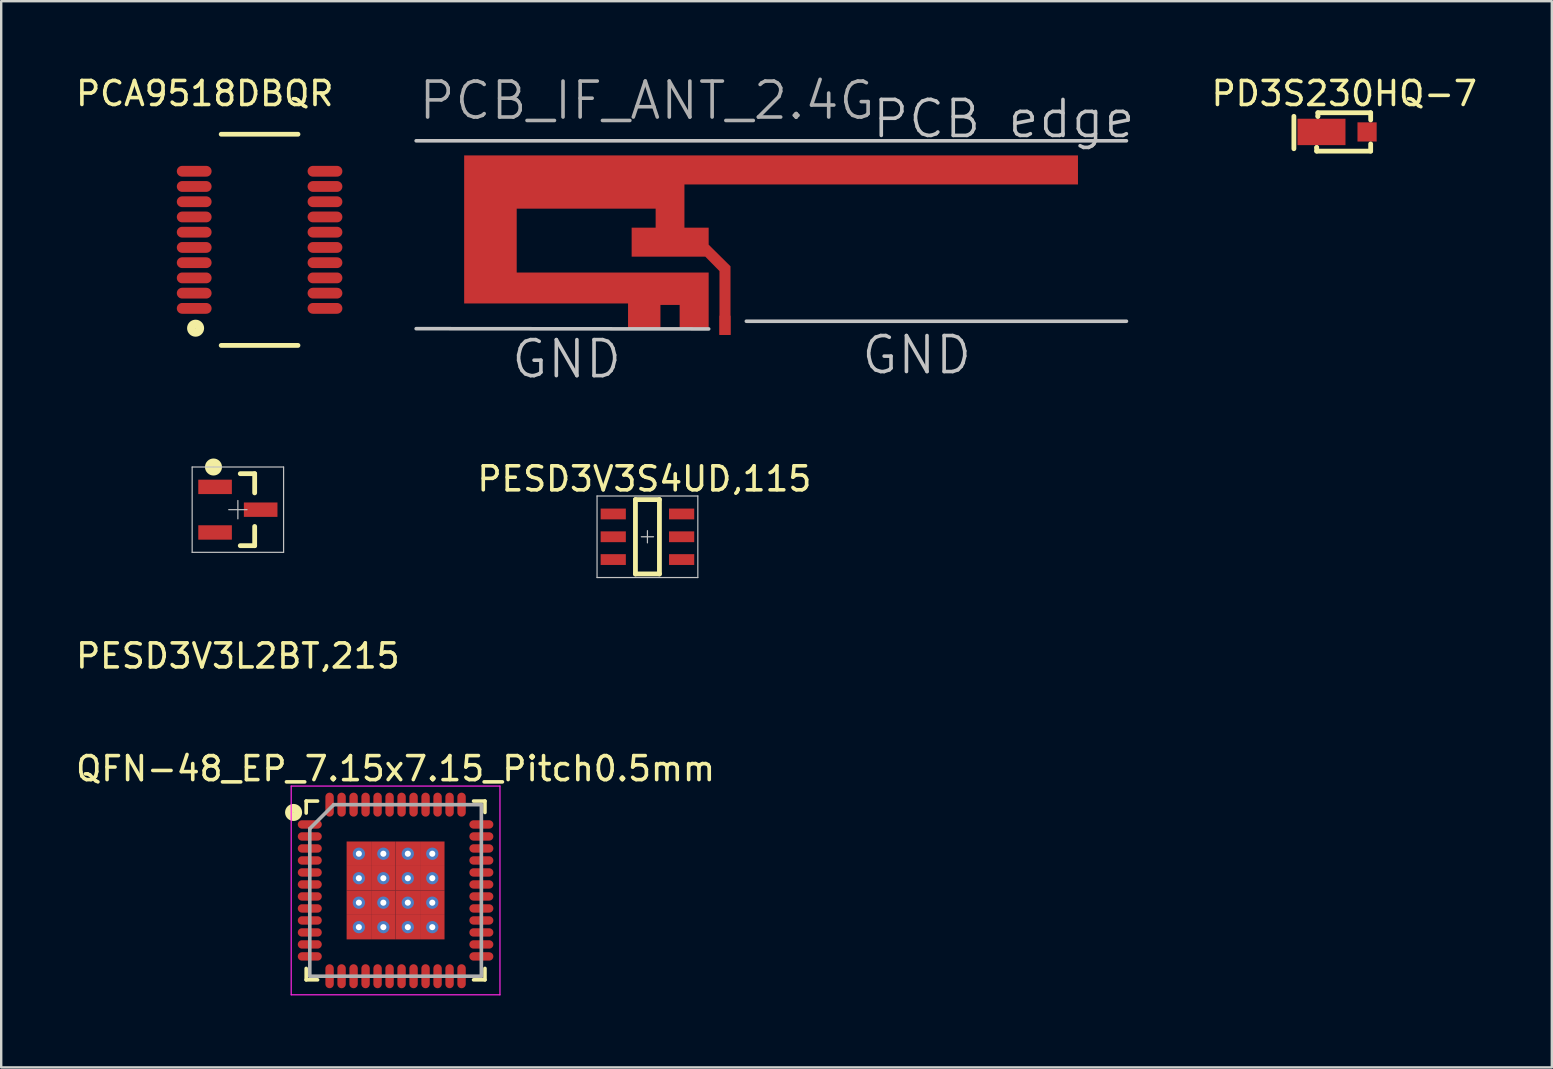
<source format=kicad_pcb>
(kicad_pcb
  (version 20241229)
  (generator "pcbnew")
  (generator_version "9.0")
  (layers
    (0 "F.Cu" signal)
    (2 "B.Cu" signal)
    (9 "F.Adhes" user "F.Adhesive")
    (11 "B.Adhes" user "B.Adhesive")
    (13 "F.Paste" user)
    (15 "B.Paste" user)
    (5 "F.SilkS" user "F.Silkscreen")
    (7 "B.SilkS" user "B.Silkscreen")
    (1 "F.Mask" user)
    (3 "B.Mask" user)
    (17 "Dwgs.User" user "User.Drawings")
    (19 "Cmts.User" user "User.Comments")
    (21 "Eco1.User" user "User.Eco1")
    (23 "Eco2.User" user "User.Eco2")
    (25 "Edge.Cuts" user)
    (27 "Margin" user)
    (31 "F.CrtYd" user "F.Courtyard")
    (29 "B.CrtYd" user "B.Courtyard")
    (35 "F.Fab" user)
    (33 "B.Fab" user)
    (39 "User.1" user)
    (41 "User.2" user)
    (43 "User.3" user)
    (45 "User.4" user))
  (footprint "PESD3V3L2BT,215"
    (layer "F.Cu")
    (at 6.863 18.19)
    (property "Reference" "PESD3V3L2BT,215" (at 0 6.096 0) (layer "F.SilkS") (effects (font (size 1 1) (thickness 0.15))))
    (attr through_hole)
    (fp_line (start 0.1 -1.5) (end 0.7 -1.5) (stroke (width 0.2) (type solid)) (layer "F.SilkS"))
    (fp_line (start 0.7 -0.7) (end 0.7 -1.5) (stroke (width 0.2) (type solid)) (layer "F.SilkS"))
    (fp_line (start 0.7 0.7) (end 0.7 1.5) (stroke (width 0.2) (type solid)) (layer "F.SilkS"))
    (fp_line (start 0.7 1.5) (end 0.1 1.5) (stroke (width 0.2) (type solid)) (layer "F.SilkS"))
    (fp_circle (center -1.016 -1.778) (end -0.889 -1.651) (stroke (width 0.35) (type solid)) (fill no) (layer "F.SilkS"))
    (fp_line (start -1.905 -1.778) (end 1.905 -1.778) (stroke (width 0.05) (type solid)) (layer "Dwgs.User"))
    (fp_line (start -1.905 1.778) (end -1.905 -1.778) (stroke (width 0.05) (type solid)) (layer "Dwgs.User"))
    (fp_line (start 0 -0.381) (end 0 0.381) (stroke (width 0.05) (type solid)) (layer "Dwgs.User"))
    (fp_line (start 0.381 0) (end -0.381 0) (stroke (width 0.05) (type solid)) (layer "Dwgs.User"))
    (fp_line (start 1.905 -1.778) (end 1.905 1.778) (stroke (width 0.05) (type solid)) (layer "Dwgs.User"))
    (fp_line (start 1.905 1.778) (end -1.905 1.778) (stroke (width 0.05) (type solid)) (layer "Dwgs.User"))
    (fp_line (start -0.7 -1.5) (end -0.7 1.5) (stroke (width 0.05) (type solid)) (layer "Eco1.User"))
    (fp_line (start -0.7 1.5) (end 0.7 1.5) (stroke (width 0.05) (type solid)) (layer "Eco1.User"))
    (fp_line (start 0.7 -1.5) (end -0.7 -1.5) (stroke (width 0.05) (type solid)) (layer "Eco1.User"))
    (fp_line (start 0.7 1.5) (end 0.7 -1.5) (stroke (width 0.05) (type solid)) (layer "Eco1.User"))
    (pad "1" smd rect (at -0.95 -0.95) (size 1.4 0.6) (layers "F.Cu" "F.Mask" "F.Paste"))
    (pad "2" smd rect (at -0.95 0.95) (size 1.4 0.6) (layers "F.Cu" "F.Mask" "F.Paste"))
    (pad "3" smd rect (at 0.95 0) (size 1.4 0.6) (layers "F.Cu" "F.Mask" "F.Paste")))
  (footprint "QFN-48_EP_7.15x7.15_Pitch0.5mm"
    (layer "F.Cu")
    (at 13.435 34.058)
    (property "Reference" "QFN-48_EP_7.15x7.15_Pitch0.5mm" (at 0 -5.075 0) (layer "F.SilkS") (effects (font (size 1 1) (thickness 0.15))))
    (attr smd)
    (fp_line (start -3.725 -3.225) (end -3.725 -3.725) (stroke (width 0.15) (type solid)) (layer "F.SilkS"))
    (fp_line (start -3.725 3.725) (end -3.725 3.25) (stroke (width 0.15) (type solid)) (layer "F.SilkS"))
    (fp_line (start -3.25 -3.725) (end -3.725 -3.725) (stroke (width 0.15) (type solid)) (layer "F.SilkS"))
    (fp_line (start -3.25 3.725) (end -3.725 3.725) (stroke (width 0.15) (type solid)) (layer "F.SilkS"))
    (fp_line (start 3.25 -3.725) (end 3.725 -3.725) (stroke (width 0.15) (type solid)) (layer "F.SilkS"))
    (fp_line (start 3.25 3.725) (end 3.725 3.725) (stroke (width 0.15) (type solid)) (layer "F.SilkS"))
    (fp_line (start 3.725 -3.725) (end 3.725 -3.25) (stroke (width 0.15) (type solid)) (layer "F.SilkS"))
    (fp_line (start 3.725 3.725) (end 3.725 3.25) (stroke (width 0.15) (type solid)) (layer "F.SilkS"))
    (fp_circle (center -4.25 -3.25) (end -4.15 -3.1) (stroke (width 0.35) (type solid)) (fill no) (layer "F.SilkS"))
    (fp_line (start -4.35 -4.35) (end 4.35 -4.35) (stroke (width 0.05) (type solid)) (layer "F.CrtYd"))
    (fp_line (start -4.35 4.35) (end -4.35 -4.35) (stroke (width 0.05) (type solid)) (layer "F.CrtYd"))
    (fp_line (start 4.35 -4.35) (end 4.35 4.35) (stroke (width 0.05) (type solid)) (layer "F.CrtYd"))
    (fp_line (start 4.35 4.35) (end -4.35 4.35) (stroke (width 0.05) (type solid)) (layer "F.CrtYd"))
    (fp_line (start -3.575 -2.575) (end -3.575 3.575) (stroke (width 0.15) (type solid)) (layer "F.Fab"))
    (fp_line (start -3.575 3.575) (end 3.575 3.575) (stroke (width 0.15) (type solid)) (layer "F.Fab"))
    (fp_line (start -2.575 -3.575) (end -3.575 -2.575) (stroke (width 0.15) (type solid)) (layer "F.Fab"))
    (fp_line (start 3.575 -3.575) (end -2.575 -3.575) (stroke (width 0.15) (type solid)) (layer "F.Fab"))
    (fp_line (start 3.575 3.575) (end 3.575 -3.575) (stroke (width 0.15) (type solid)) (layer "F.Fab"))
    (pad "1" smd oval (at -3.575 -2.75 90) (size 0.35 1) (layers "F.Cu" "F.Mask" "F.Paste"))
    (pad "2" smd oval (at -3.575 -2.25 90) (size 0.35 1) (layers "F.Cu" "F.Mask" "F.Paste"))
    (pad "3" smd oval (at -3.575 -1.75 90) (size 0.35 1) (layers "F.Cu" "F.Mask" "F.Paste"))
    (pad "4" smd oval (at -3.575 -1.25 90) (size 0.35 1) (layers "F.Cu" "F.Mask" "F.Paste"))
    (pad "5" smd oval (at -3.575 -0.75 90) (size 0.35 1) (layers "F.Cu" "F.Mask" "F.Paste"))
    (pad "6" smd oval (at -3.575 -0.25 90) (size 0.35 1) (layers "F.Cu" "F.Mask" "F.Paste"))
    (pad "7" smd oval (at -3.575 0.25 90) (size 0.35 1) (layers "F.Cu" "F.Mask" "F.Paste"))
    (pad "8" smd oval (at -3.575 0.75 90) (size 0.35 1) (layers "F.Cu" "F.Mask" "F.Paste"))
    (pad "9" smd oval (at -3.575 1.25 90) (size 0.35 1) (layers "F.Cu" "F.Mask" "F.Paste"))
    (pad "10" smd oval (at -3.575 1.75 90) (size 0.35 1) (layers "F.Cu" "F.Mask" "F.Paste"))
    (pad "11" smd oval (at -3.575 2.25 90) (size 0.35 1) (layers "F.Cu" "F.Mask" "F.Paste"))
    (pad "12" smd oval (at -3.575 2.75 90) (size 0.35 1) (layers "F.Cu" "F.Mask" "F.Paste"))
    (pad "13" smd oval (at -2.75 3.575) (size 0.35 1) (layers "F.Cu" "F.Mask" "F.Paste"))
    (pad "14" smd oval (at -2.25 3.575) (size 0.35 1) (layers "F.Cu" "F.Mask" "F.Paste"))
    (pad "15" smd oval (at -1.75 3.575) (size 0.35 1) (layers "F.Cu" "F.Mask" "F.Paste"))
    (pad "16" smd oval (at -1.25 3.575) (size 0.35 1) (layers "F.Cu" "F.Mask" "F.Paste"))
    (pad "17" smd oval (at -0.75 3.575) (size 0.35 1) (layers "F.Cu" "F.Mask" "F.Paste"))
    (pad "18" smd oval (at -0.25 3.575) (size 0.35 1) (layers "F.Cu" "F.Mask" "F.Paste"))
    (pad "19" smd oval (at 0.25 3.575) (size 0.35 1) (layers "F.Cu" "F.Mask" "F.Paste"))
    (pad "20" smd oval (at 0.75 3.575) (size 0.35 1) (layers "F.Cu" "F.Mask" "F.Paste"))
    (pad "21" smd oval (at 1.25 3.575) (size 0.35 1) (layers "F.Cu" "F.Mask" "F.Paste"))
    (pad "22" smd oval (at 1.75 3.575) (size 0.35 1) (layers "F.Cu" "F.Mask" "F.Paste"))
    (pad "23" smd oval (at 2.25 3.575) (size 0.35 1) (layers "F.Cu" "F.Mask" "F.Paste"))
    (pad "24" smd oval (at 2.75 3.575) (size 0.35 1) (layers "F.Cu" "F.Mask" "F.Paste"))
    (pad "25" smd oval (at 3.575 2.75 90) (size 0.35 1) (layers "F.Cu" "F.Mask" "F.Paste"))
    (pad "26" smd oval (at 3.575 2.25 90) (size 0.35 1) (layers "F.Cu" "F.Mask" "F.Paste"))
    (pad "27" smd oval (at 3.575 1.75 90) (size 0.35 1) (layers "F.Cu" "F.Mask" "F.Paste"))
    (pad "28" smd oval (at 3.575 1.25 90) (size 0.35 1) (layers "F.Cu" "F.Mask" "F.Paste"))
    (pad "29" smd oval (at 3.575 0.75 90) (size 0.35 1) (layers "F.Cu" "F.Mask" "F.Paste"))
    (pad "30" smd oval (at 3.575 0.25 90) (size 0.35 1) (layers "F.Cu" "F.Mask" "F.Paste"))
    (pad "31" smd oval (at 3.575 -0.25 90) (size 0.35 1) (layers "F.Cu" "F.Mask" "F.Paste"))
    (pad "32" smd oval (at 3.575 -0.75 90) (size 0.35 1) (layers "F.Cu" "F.Mask" "F.Paste"))
    (pad "33" smd oval (at 3.575 -1.25 90) (size 0.35 1) (layers "F.Cu" "F.Mask" "F.Paste"))
    (pad "34" smd oval (at 3.575 -1.75 90) (size 0.35 1) (layers "F.Cu" "F.Mask" "F.Paste"))
    (pad "35" smd oval (at 3.575 -2.25 90) (size 0.35 1) (layers "F.Cu" "F.Mask" "F.Paste"))
    (pad "36" smd oval (at 3.575 -2.75 90) (size 0.35 1) (layers "F.Cu" "F.Mask" "F.Paste"))
    (pad "37" smd oval (at 2.75 -3.575) (size 0.35 1) (layers "F.Cu" "F.Mask" "F.Paste"))
    (pad "38" smd oval (at 2.25 -3.575) (size 0.35 1) (layers "F.Cu" "F.Mask" "F.Paste"))
    (pad "39" smd oval (at 1.75 -3.575) (size 0.35 1) (layers "F.Cu" "F.Mask" "F.Paste"))
    (pad "40" smd oval (at 1.25 -3.575) (size 0.35 1) (layers "F.Cu" "F.Mask" "F.Paste"))
    (pad "41" smd oval (at 0.75 -3.575) (size 0.35 1) (layers "F.Cu" "F.Mask" "F.Paste"))
    (pad "42" smd oval (at 0.25 -3.575) (size 0.35 1) (layers "F.Cu" "F.Mask" "F.Paste"))
    (pad "43" smd oval (at -0.25 -3.575) (size 0.35 1) (layers "F.Cu" "F.Mask" "F.Paste"))
    (pad "44" smd oval (at -0.75 -3.575) (size 0.35 1) (layers "F.Cu" "F.Mask" "F.Paste"))
    (pad "45" smd oval (at -1.25 -3.575) (size 0.35 1) (layers "F.Cu" "F.Mask" "F.Paste"))
    (pad "46" smd oval (at -1.75 -3.575) (size 0.35 1) (layers "F.Cu" "F.Mask" "F.Paste"))
    (pad "47" smd oval (at -2.25 -3.575) (size 0.35 1) (layers "F.Cu" "F.Mask" "F.Paste"))
    (pad "48" smd oval (at -2.75 -3.575) (size 0.35 1) (layers "F.Cu" "F.Mask" "F.Paste"))
    (pad "49" thru_hole circle (at -1.53 -1.53) (size 0.51 0.51) (drill 0.255) (layers "*.Cu" "*.Mask"))
    (pad "49" smd rect (at -1.53 -1.53) (size 1.02 1.02) (layers "F.Cu" "F.Mask" "F.Paste"))
    (pad "49" thru_hole circle (at -1.53 -0.51) (size 0.51 0.51) (drill 0.255) (layers "*.Cu" "*.Mask"))
    (pad "49" smd rect (at -1.53 -0.51) (size 1.02 1.02) (layers "F.Cu" "F.Mask" "F.Paste"))
    (pad "49" thru_hole circle (at -1.53 0.51) (size 0.51 0.51) (drill 0.255) (layers "*.Cu" "*.Mask"))
    (pad "49" smd rect (at -1.53 0.51) (size 1.02 1.02) (layers "F.Cu" "F.Mask" "F.Paste"))
    (pad "49" thru_hole circle (at -1.53 1.53) (size 0.51 0.51) (drill 0.255) (layers "*.Cu" "*.Mask"))
    (pad "49" smd rect (at -1.53 1.53) (size 1.02 1.02) (layers "F.Cu" "F.Mask" "F.Paste"))
    (pad "49" thru_hole circle (at -0.51 -1.53) (size 0.51 0.51) (drill 0.255) (layers "*.Cu" "*.Mask"))
    (pad "49" smd rect (at -0.51 -1.53) (size 1.02 1.02) (layers "F.Cu" "F.Mask" "F.Paste"))
    (pad "49" thru_hole circle (at -0.51 -0.51) (size 0.51 0.51) (drill 0.255) (layers "*.Cu" "*.Mask"))
    (pad "49" smd rect (at -0.51 -0.51) (size 1.02 1.02) (layers "F.Cu" "F.Mask" "F.Paste"))
    (pad "49" thru_hole circle (at -0.51 0.51) (size 0.51 0.51) (drill 0.255) (layers "*.Cu" "*.Mask"))
    (pad "49" smd rect (at -0.51 0.51) (size 1.02 1.02) (layers "F.Cu" "F.Mask" "F.Paste"))
    (pad "49" thru_hole circle (at -0.51 1.53) (size 0.51 0.51) (drill 0.255) (layers "*.Cu" "*.Mask"))
    (pad "49" smd rect (at -0.51 1.53) (size 1.02 1.02) (layers "F.Cu" "F.Mask" "F.Paste"))
    (pad "49" thru_hole circle (at 0.51 -1.53) (size 0.51 0.51) (drill 0.255) (layers "*.Cu" "*.Mask"))
    (pad "49" smd rect (at 0.51 -1.53) (size 1.02 1.02) (layers "F.Cu" "F.Mask" "F.Paste"))
    (pad "49" thru_hole circle (at 0.51 -0.51) (size 0.51 0.51) (drill 0.255) (layers "*.Cu" "*.Mask"))
    (pad "49" smd rect (at 0.51 -0.51) (size 1.02 1.02) (layers "F.Cu" "F.Mask" "F.Paste"))
    (pad "49" thru_hole circle (at 0.51 0.51) (size 0.51 0.51) (drill 0.255) (layers "*.Cu" "*.Mask"))
    (pad "49" smd rect (at 0.51 0.51) (size 1.02 1.02) (layers "F.Cu" "F.Mask" "F.Paste"))
    (pad "49" thru_hole circle (at 0.51 1.53) (size 0.51 0.51) (drill 0.255) (layers "*.Cu" "*.Mask"))
    (pad "49" smd rect (at 0.51 1.53) (size 1.02 1.02) (layers "F.Cu" "F.Mask" "F.Paste"))
    (pad "49" thru_hole circle (at 1.53 -1.53) (size 0.51 0.51) (drill 0.255) (layers "*.Cu" "*.Mask"))
    (pad "49" smd rect (at 1.53 -1.53) (size 1.02 1.02) (layers "F.Cu" "F.Mask" "F.Paste"))
    (pad "49" thru_hole circle (at 1.53 -0.51) (size 0.51 0.51) (drill 0.255) (layers "*.Cu" "*.Mask"))
    (pad "49" smd rect (at 1.53 -0.51) (size 1.02 1.02) (layers "F.Cu" "F.Mask" "F.Paste"))
    (pad "49" thru_hole circle (at 1.53 0.51) (size 0.51 0.51) (drill 0.255) (layers "*.Cu" "*.Mask"))
    (pad "49" smd rect (at 1.53 0.51) (size 1.02 1.02) (layers "F.Cu" "F.Mask" "F.Paste"))
    (pad "49" thru_hole circle (at 1.53 1.53) (size 0.51 0.51) (drill 0.255) (layers "*.Cu" "*.Mask"))
    (pad "49" smd rect (at 1.53 1.53) (size 1.02 1.02) (layers "F.Cu" "F.Mask" "F.Paste")))
  (footprint "PESD3V3S4UD,115"
    (layer "F.Cu")
    (at 23.931 19.319)
    (property "Reference" "PESD3V3S4UD,115" (at -0.127 -2.413 0) (layer "F.SilkS") (effects (font (size 1 1) (thickness 0.15))))
    (attr through_hole)
    (fp_line (start -0.5 -1.55) (end 0.5 -1.55) (stroke (width 0.2) (type solid)) (layer "F.SilkS"))
    (fp_line (start -0.5 1.55) (end -0.5 -1.55) (stroke (width 0.2) (type solid)) (layer "F.SilkS"))
    (fp_line (start 0.5 -1.55) (end 0.5 1.55) (stroke (width 0.2) (type solid)) (layer "F.SilkS"))
    (fp_line (start 0.5 1.55) (end -0.5 1.55) (stroke (width 0.2) (type solid)) (layer "F.SilkS"))
    (fp_line (start -2.1 -1.7) (end 2.1 -1.7) (stroke (width 0.05) (type solid)) (layer "Dwgs.User"))
    (fp_line (start -2.1 1.7) (end -2.1 -1.7) (stroke (width 0.05) (type solid)) (layer "Dwgs.User"))
    (fp_line (start 0 -0.254) (end 0 0.254) (stroke (width 0.05) (type solid)) (layer "Dwgs.User"))
    (fp_line (start 0.254 0) (end -0.254 0) (stroke (width 0.05) (type solid)) (layer "Dwgs.User"))
    (fp_line (start 2.1 -1.7) (end 2.1 1.7) (stroke (width 0.05) (type solid)) (layer "Dwgs.User"))
    (fp_line (start 2.1 1.7) (end -2.1 1.7) (stroke (width 0.05) (type solid)) (layer "Dwgs.User"))
    (fp_line (start -0.85 -1.55) (end -0.85 1.55) (stroke (width 0.05) (type solid)) (layer "Eco1.User"))
    (fp_line (start -0.85 1.55) (end 0.85 1.55) (stroke (width 0.05) (type solid)) (layer "Eco1.User"))
    (fp_line (start 0.85 -1.55) (end -0.85 -1.55) (stroke (width 0.05) (type solid)) (layer "Eco1.User"))
    (fp_line (start 0.85 1.55) (end 0.85 -1.55) (stroke (width 0.05) (type solid)) (layer "Eco1.User"))
    (pad "1" smd rect (at -1.425 -0.95) (size 1.05 0.45) (layers "F.Cu" "F.Mask" "F.Paste"))
    (pad "2" smd rect (at -1.425 0) (size 1.05 0.45) (layers "F.Cu" "F.Mask" "F.Paste"))
    (pad "3" smd rect (at -1.425 0.95) (size 1.05 0.45) (layers "F.Cu" "F.Mask" "F.Paste"))
    (pad "4" smd rect (at 1.425 0.95) (size 1.05 0.45) (layers "F.Cu" "F.Mask" "F.Paste"))
    (pad "5" smd rect (at 1.425 0) (size 1.05 0.45) (layers "F.Cu" "F.Mask" "F.Paste"))
    (pad "6" smd rect (at 1.425 -0.95) (size 1.05 0.45) (layers "F.Cu" "F.Mask" "F.Paste")))
  (footprint "PD3S230HQ-7"
    (layer "F.Cu")
    (at 52.971 2.448)
    (property "Reference" "PD3S230HQ-7" (at 0 -1.6 0) (layer "F.SilkS") (effects (font (size 1 1) (thickness 0.15))))
    (attr through_hole)
    (fp_line (start -2.1 -0.65) (end -2.1 0.7) (stroke (width 0.2) (type solid)) (layer "F.SilkS"))
    (fp_line (start -1.15 0.65) (end -1.15 0.65) (stroke (width 0.2) (type solid)) (layer "F.SilkS"))
    (fp_line (start -1.15 0.8) (end -1.15 0.65) (stroke (width 0.2) (type solid)) (layer "F.SilkS"))
    (fp_line (start -1.1 -0.8) (end -1.1 -0.65) (stroke (width 0.2) (type solid)) (layer "F.SilkS"))
    (fp_line (start -1.1 -0.65) (end -1.1 -0.65) (stroke (width 0.2) (type solid)) (layer "F.SilkS"))
    (fp_line (start 1.1 -0.8) (end -1.1 -0.8) (stroke (width 0.2) (type solid)) (layer "F.SilkS"))
    (fp_line (start 1.1 -0.5) (end 1.1 -0.8) (stroke (width 0.2) (type solid)) (layer "F.SilkS"))
    (fp_line (start 1.1 0.5) (end 1.1 0.8) (stroke (width 0.2) (type solid)) (layer "F.SilkS"))
    (fp_line (start 1.1 0.8) (end -1.15 0.8) (stroke (width 0.2) (type solid)) (layer "F.SilkS"))
    (fp_line (start -0.975 -0.65) (end 0.975 -0.65) (stroke (width 0.1) (type solid)) (layer "Eco1.User"))
    (fp_line (start -0.975 0.65) (end -0.975 -0.65) (stroke (width 0.1) (type solid)) (layer "Eco1.User"))
    (fp_line (start -0.975 0.65) (end 0.975 0.65) (stroke (width 0.1) (type solid)) (layer "Eco1.User"))
    (fp_line (start 0.975 0.65) (end 0.975 -0.65) (stroke (width 0.1) (type solid)) (layer "Eco1.User"))
    (pad "1" smd rect (at 0.95 0) (size 0.8 0.8) (layers "F.Cu" "F.Mask" "F.Paste"))
    (pad "2" smd rect (at -0.95 0) (size 2 1.1) (layers "F.Cu" "F.Mask" "F.Paste")))
  (footprint "PCB_IF_ANT_2.4G"
    (layer "F.Cu")
    (at 16.293 3.427)
    (property "Reference" "PCB_IF_ANT_2.4G" (at 7.62 -2.286 0) (layer "F.Fab") (effects (font (size 1.5 1.5) (thickness 0.15))))
    (attr exclude_from_pos_files exclude_from_bom)
    (fp_poly (pts (xy 10.64 4.82) (xy 10.64 7.48) (xy 11.1 7.48) (xy 11.1 4.62) (xy 10.19 3.72) (xy 10.19 3.01) (xy 9.18 3.01) (xy 9.18 1.21) (xy 25.58 1.21) (xy 25.58 0) (xy 0 0) (xy 0 6.17) (xy 6.83 6.17) (xy 6.83 7.22) (xy 8.18 7.22) (xy 8.18 6.23) (xy 8.98 6.23) (xy 8.98 7.22) (xy 10.19 7.22) (xy 10.19 4.88) (xy 2.19 4.88) (xy 2.19 2.22) (xy 7.98 2.22) (xy 7.98 3.01) (xy 6.98 3.01) (xy 6.98 4.22) (xy 10.05 4.22) (xy 10.64 4.82)) (stroke (width 0.001) (type solid)) (fill yes) (layer "F.Cu"))
    (fp_line (start -2 -0.61) (end 27.6 -0.61) (stroke (width 0.15) (type solid)) (layer "Dwgs.User"))
    (fp_line (start -2 7.22) (end 10.19 7.23) (stroke (width 0.15) (type solid)) (layer "Dwgs.User"))
    (fp_line (start 27.6 6.91) (end 11.76 6.91) (stroke (width 0.15) (type solid)) (layer "Dwgs.User"))
    (fp_text user "GND" (at 4.27 8.49 0) (layer "Dwgs.User") (effects (font (size 1.5 1.5) (thickness 0.15))))
    (fp_text user "GND" (at 18.86 8.32 0) (layer "Dwgs.User") (effects (font (size 1.5 1.5) (thickness 0.15))))
    (fp_text user "PCB edge" (at 22.49 -1.52 0) (layer "Dwgs.User") (effects (font (size 1.5 1.5) (thickness 0.15))))
    (pad "1" connect rect (at 10.87 7.08) (size 0.46 0.8) (layers "F.Cu"))
    (pad "2" connect rect (at 7.506 6.99 90) (size 0.46 0.8) (layers "F.Cu"))
    (pad "2" connect rect (at 9.576 6.99 90) (size 0.46 0.8) (layers "F.Cu")))
  (footprint "PCA9518DBQR"
    (layer "F.Cu")
    (at 7.768 6.944)
    (property "Reference" "PCA9518DBQR" (at -2.286 -6.096 0) (layer "F.SilkS") (effects (font (size 1 1) (thickness 0.15))))
    (attr through_hole)
    (fp_line (start -1.6 -4.4) (end 1.6 -4.4) (stroke (width 0.2) (type solid)) (layer "F.SilkS"))
    (fp_line (start -1.6 4.4) (end 1.6 4.4) (stroke (width 0.2) (type solid)) (layer "F.SilkS"))
    (fp_circle (center -2.667 3.683) (end -2.54 3.81) (stroke (width 0.35) (type solid)) (fill no) (layer "F.SilkS"))
    (pad "1" smd oval (at -2.725 2.857) (size 1.45 0.45) (layers "F.Cu" "F.Mask" "F.Paste"))
    (pad "2" smd oval (at -2.725 2.223) (size 1.45 0.45) (layers "F.Cu" "F.Mask" "F.Paste"))
    (pad "3" smd oval (at -2.725 1.587) (size 1.45 0.45) (layers "F.Cu" "F.Mask" "F.Paste"))
    (pad "4" smd oval (at -2.725 0.953) (size 1.45 0.45) (layers "F.Cu" "F.Mask" "F.Paste"))
    (pad "5" smd oval (at -2.725 0.318) (size 1.45 0.45) (layers "F.Cu" "F.Mask" "F.Paste"))
    (pad "6" smd oval (at -2.725 -0.318) (size 1.45 0.45) (layers "F.Cu" "F.Mask" "F.Paste"))
    (pad "7" smd oval (at -2.725 -0.953) (size 1.45 0.45) (layers "F.Cu" "F.Mask" "F.Paste"))
    (pad "8" smd oval (at -2.725 -1.587) (size 1.45 0.45) (layers "F.Cu" "F.Mask" "F.Paste"))
    (pad "9" smd oval (at -2.725 -2.223) (size 1.45 0.45) (layers "F.Cu" "F.Mask" "F.Paste"))
    (pad "10" smd oval (at -2.725 -2.857) (size 1.45 0.45) (layers "F.Cu" "F.Mask" "F.Paste"))
    (pad "11" smd oval (at 2.725 -2.857) (size 1.45 0.45) (layers "F.Cu" "F.Mask" "F.Paste"))
    (pad "12" smd oval (at 2.725 -2.223) (size 1.45 0.45) (layers "F.Cu" "F.Mask" "F.Paste"))
    (pad "13" smd oval (at 2.725 -1.587) (size 1.45 0.45) (layers "F.Cu" "F.Mask" "F.Paste"))
    (pad "14" smd oval (at 2.725 -0.953) (size 1.45 0.45) (layers "F.Cu" "F.Mask" "F.Paste"))
    (pad "15" smd oval (at 2.725 -0.318) (size 1.45 0.45) (layers "F.Cu" "F.Mask" "F.Paste"))
    (pad "16" smd oval (at 2.725 0.318) (size 1.45 0.45) (layers "F.Cu" "F.Mask" "F.Paste"))
    (pad "17" smd oval (at 2.725 0.953) (size 1.45 0.45) (layers "F.Cu" "F.Mask" "F.Paste"))
    (pad "18" smd oval (at 2.725 1.587) (size 1.45 0.45) (layers "F.Cu" "F.Mask" "F.Paste"))
    (pad "19" smd oval (at 2.725 2.223) (size 1.45 0.45) (layers "F.Cu" "F.Mask" "F.Paste"))
    (pad "20" smd oval (at 2.725 2.857) (size 1.45 0.45) (layers "F.Cu" "F.Mask" "F.Paste")))
  (gr_rect
    (start -3 -3)
    (end 61.62 41.433)
    (stroke (width 0.1) (type default))
    (fill no)
    (layer "Edge.Cuts")))
</source>
